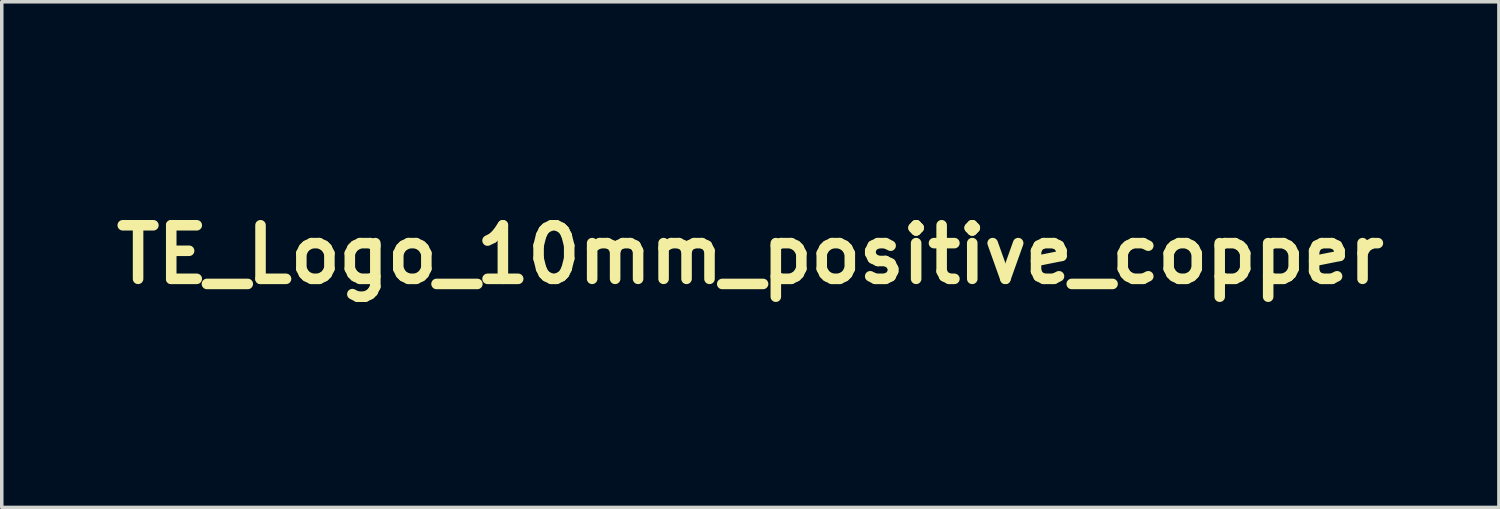
<source format=kicad_pcb>
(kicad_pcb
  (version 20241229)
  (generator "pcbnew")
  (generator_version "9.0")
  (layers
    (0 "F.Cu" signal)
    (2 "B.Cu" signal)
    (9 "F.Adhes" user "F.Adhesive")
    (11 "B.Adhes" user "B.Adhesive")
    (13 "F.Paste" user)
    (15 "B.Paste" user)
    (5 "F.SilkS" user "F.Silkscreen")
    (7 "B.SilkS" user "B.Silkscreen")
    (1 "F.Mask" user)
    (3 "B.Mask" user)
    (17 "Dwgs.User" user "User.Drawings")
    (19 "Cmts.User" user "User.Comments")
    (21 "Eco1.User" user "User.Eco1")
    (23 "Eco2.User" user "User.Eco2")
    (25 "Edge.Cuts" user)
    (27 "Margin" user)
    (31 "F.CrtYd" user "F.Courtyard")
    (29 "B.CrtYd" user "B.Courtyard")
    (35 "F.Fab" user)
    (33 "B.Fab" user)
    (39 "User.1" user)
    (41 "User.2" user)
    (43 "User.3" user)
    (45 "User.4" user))
  (footprint "TE_Logo_10mm_positive_copper"
    (layer "F.Cu")
    (at 18.295 4.193)
    (property "Reference" "TE_Logo_10mm_positive_copper" (at 0 0 0) (layer "F.SilkS") (effects (font (size 1.524 1.524) (thickness 0.3))))
    (attr board_only exclude_from_pos_files exclude_from_bom)
    (fp_poly (pts (xy -0.255 0.809) (xy -0.362 0.809) (xy -0.362 -0.064) (xy -0.255 -0.064)) (stroke (width 0) (type solid)) (fill yes) (layer "F.Mask"))
    (fp_poly (pts (xy 1.915 0.053) (xy 1.809 0.053) (xy 1.809 -0.064) (xy 1.915 -0.064)) (stroke (width 0) (type solid)) (fill yes) (layer "F.Mask"))
    (fp_poly (pts (xy 1.915 0.809) (xy 1.809 0.809) (xy 1.809 0.181) (xy 1.915 0.181)) (stroke (width 0) (type solid)) (fill yes) (layer "F.Mask"))
    (fp_poly (pts (xy 0.114 1.158) (xy 0.117 1.171) (xy 0.11 1.188) (xy 0.101 1.192) (xy 0.088 1.183) (xy 0.085 1.171) (xy 0.092 1.153) (xy 0.101 1.149)) (stroke (width 0) (type solid)) (fill yes) (layer "F.Mask"))
    (fp_poly (pts (xy 2.318 0.921) (xy 2.32 0.926) (xy 2.311 0.935) (xy 2.304 0.936) (xy 2.29 0.931) (xy 2.288 0.926) (xy 2.296 0.916) (xy 2.304 0.915)) (stroke (width 0) (type solid)) (fill yes) (layer "F.Mask"))
    (fp_poly (pts (xy 3.04 1.158) (xy 3.043 1.171) (xy 3.037 1.188) (xy 3.027 1.192) (xy 3.014 1.183) (xy 3.011 1.171) (xy 3.018 1.153) (xy 3.027 1.149)) (stroke (width 0) (type solid)) (fill yes) (layer "F.Mask"))
    (fp_poly (pts (xy -1.926 -0.915) (xy -2.213 -0.915) (xy -2.213 -0.138) (xy -2.319 -0.138) (xy -2.322 -0.524) (xy -2.325 -0.91) (xy -2.617 -0.916) (xy -2.611 -1.006) (xy -1.926 -1.011)) (stroke (width 0) (type solid)) (fill yes) (layer "F.Mask"))
    (fp_poly (pts (xy -1.703 0.032) (xy -1.961 0.034) (xy -2.219 0.037) (xy -2.219 0.303) (xy -1.734 0.309) (xy -1.734 0.404) (xy -2.219 0.41) (xy -2.222 0.556) (xy -2.225 0.702) (xy -1.956 0.705) (xy -1.687 0.708) (xy -1.683 0.758) (xy -1.68 0.809) (xy -2.33 0.809) (xy -2.33 -0.064) (xy -1.703 -0.064)) (stroke (width 0) (type solid)) (fill yes) (layer "F.Mask"))
    (fp_poly (pts (xy 1.558 0.925) (xy 1.562 0.955) (xy 1.564 1.001) (xy 1.564 1.053) (xy 1.563 1.113) (xy 1.561 1.157) (xy 1.558 1.184) (xy 1.554 1.192) (xy 1.549 1.182) (xy 1.546 1.152) (xy 1.544 1.106) (xy 1.543 1.053) (xy 1.544 0.994) (xy 1.546 0.95) (xy 1.55 0.923) (xy 1.554 0.915)) (stroke (width 0) (type solid)) (fill yes) (layer "F.Mask"))
    (fp_poly (pts (xy 0.83 0.218) (xy 0.829 0.252) (xy 0.826 0.268) (xy 0.818 0.273) (xy 0.803 0.27) (xy 0.754 0.268) (xy 0.703 0.285) (xy 0.659 0.316) (xy 0.617 0.354) (xy 0.617 0.809) (xy 0.511 0.809) (xy 0.511 0.181) (xy 0.617 0.181) (xy 0.617 0.26) (xy 0.657 0.221) (xy 0.704 0.184) (xy 0.751 0.164) (xy 0.793 0.16) (xy 0.83 0.16)) (stroke (width 0) (type solid)) (fill yes) (layer "F.Mask"))
    (fp_poly (pts (xy 2.311 0.993) (xy 2.316 1.006) (xy 2.319 1.033) (xy 2.32 1.076) (xy 2.32 1.091) (xy 2.319 1.142) (xy 2.316 1.174) (xy 2.31 1.189) (xy 2.301 1.19) (xy 2.295 1.185) (xy 2.292 1.172) (xy 2.289 1.142) (xy 2.288 1.102) (xy 2.288 1.084) (xy 2.288 1.037) (xy 2.291 1.009) (xy 2.295 0.994) (xy 2.303 0.99) (xy 2.304 0.99)) (stroke (width 0) (type solid)) (fill yes) (layer "F.Mask"))
    (fp_poly (pts (xy 1.871 0.996) (xy 1.873 1.002) (xy 1.876 1.01) (xy 1.886 1.002) (xy 1.903 0.992) (xy 1.923 0.99) (xy 1.936 0.996) (xy 1.937 1) (xy 1.928 1.009) (xy 1.916 1.011) (xy 1.895 1.018) (xy 1.881 1.041) (xy 1.874 1.082) (xy 1.873 1.122) (xy 1.872 1.161) (xy 1.868 1.183) (xy 1.861 1.191) (xy 1.857 1.192) (xy 1.849 1.188) (xy 1.844 1.175) (xy 1.842 1.149) (xy 1.841 1.105) (xy 1.841 1.091) (xy 1.841 1.043) (xy 1.844 1.012) (xy 1.848 0.996) (xy 1.855 0.99) (xy 1.857 0.99)) (stroke (width 0) (type solid)) (fill yes) (layer "F.Mask"))
    (fp_poly (pts (xy 0.62 0.996) (xy 0.643 1.013) (xy 0.652 1.034) (xy 0.646 1.042) (xy 0.629 1.036) (xy 0.618 1.028) (xy 0.59 1.013) (xy 0.561 1.014) (xy 0.545 1.024) (xy 0.536 1.045) (xy 0.532 1.077) (xy 0.534 1.113) (xy 0.542 1.142) (xy 0.549 1.154) (xy 0.575 1.169) (xy 0.602 1.166) (xy 0.62 1.149) (xy 0.635 1.133) (xy 0.651 1.128) (xy 0.659 1.135) (xy 0.66 1.139) (xy 0.653 1.153) (xy 0.638 1.171) (xy 0.607 1.189) (xy 0.57 1.19) (xy 0.535 1.173) (xy 0.526 1.166) (xy 0.507 1.134) (xy 0.499 1.094) (xy 0.502 1.052) (xy 0.515 1.018) (xy 0.521 1.011) (xy 0.551 0.994) (xy 0.586 0.989)) (stroke (width 0) (type solid)) (fill yes) (layer "F.Mask"))
    (fp_poly (pts (xy 3.213 0.994) (xy 3.24 1.006) (xy 3.255 1.025) (xy 3.256 1.033) (xy 3.249 1.042) (xy 3.234 1.041) (xy 3.222 1.03) (xy 3.22 1.027) (xy 3.206 1.015) (xy 3.182 1.011) (xy 3.155 1.016) (xy 3.141 1.034) (xy 3.139 1.038) (xy 3.13 1.079) (xy 3.132 1.115) (xy 3.144 1.145) (xy 3.162 1.164) (xy 3.185 1.17) (xy 3.21 1.16) (xy 3.221 1.149) (xy 3.241 1.131) (xy 3.253 1.131) (xy 3.256 1.143) (xy 3.247 1.165) (xy 3.223 1.181) (xy 3.191 1.189) (xy 3.158 1.188) (xy 3.137 1.181) (xy 3.116 1.157) (xy 3.104 1.121) (xy 3.101 1.08) (xy 3.108 1.04) (xy 3.125 1.009) (xy 3.149 0.994) (xy 3.18 0.99)) (stroke (width 0) (type solid)) (fill yes) (layer "F.Mask"))
    (fp_poly (pts (xy 1.749 0.998) (xy 1.778 1.023) (xy 1.793 1.06) (xy 1.792 1.108) (xy 1.787 1.13) (xy 1.768 1.165) (xy 1.737 1.186) (xy 1.701 1.191) (xy 1.664 1.181) (xy 1.642 1.164) (xy 1.626 1.146) (xy 1.619 1.127) (xy 1.618 1.099) (xy 1.619 1.091) (xy 1.65 1.091) (xy 1.654 1.127) (xy 1.665 1.152) (xy 1.667 1.154) (xy 1.694 1.168) (xy 1.723 1.165) (xy 1.748 1.146) (xy 1.754 1.135) (xy 1.763 1.097) (xy 1.759 1.055) (xy 1.746 1.023) (xy 1.728 1.011) (xy 1.701 1.009) (xy 1.675 1.018) (xy 1.663 1.028) (xy 1.653 1.055) (xy 1.65 1.091) (xy 1.619 1.091) (xy 1.62 1.078) (xy 1.627 1.033) (xy 1.643 1.006) (xy 1.671 0.993) (xy 1.708 0.99)) (stroke (width 0) (type solid)) (fill yes) (layer "F.Mask"))
    (fp_poly (pts (xy 2.207 0.951) (xy 2.216 0.968) (xy 2.216 0.968) (xy 2.228 0.986) (xy 2.239 0.99) (xy 2.254 0.995) (xy 2.256 1) (xy 2.247 1.009) (xy 2.235 1.011) (xy 2.223 1.013) (xy 2.216 1.024) (xy 2.214 1.047) (xy 2.213 1.074) (xy 2.215 1.122) (xy 2.22 1.153) (xy 2.23 1.168) (xy 2.241 1.171) (xy 2.254 1.177) (xy 2.256 1.181) (xy 2.247 1.189) (xy 2.228 1.192) (xy 2.207 1.189) (xy 2.199 1.185) (xy 2.196 1.171) (xy 2.193 1.142) (xy 2.192 1.104) (xy 2.192 1.095) (xy 2.191 1.052) (xy 2.188 1.026) (xy 2.182 1.012) (xy 2.173 1.006) (xy 2.16 0.999) (xy 2.166 0.992) (xy 2.173 0.988) (xy 2.189 0.973) (xy 2.192 0.962) (xy 2.197 0.948)) (stroke (width 0) (type solid)) (fill yes) (layer "F.Mask"))
    (fp_poly (pts (xy 0.211 0.956) (xy 0.216 0.968) (xy 0.228 0.986) (xy 0.238 0.99) (xy 0.253 0.995) (xy 0.255 1) (xy 0.246 1.009) (xy 0.234 1.011) (xy 0.222 1.013) (xy 0.216 1.024) (xy 0.213 1.047) (xy 0.213 1.074) (xy 0.214 1.122) (xy 0.22 1.153) (xy 0.23 1.168) (xy 0.241 1.171) (xy 0.254 1.177) (xy 0.255 1.181) (xy 0.247 1.189) (xy 0.227 1.192) (xy 0.207 1.189) (xy 0.199 1.185) (xy 0.195 1.171) (xy 0.193 1.142) (xy 0.192 1.104) (xy 0.192 1.094) (xy 0.191 1.051) (xy 0.188 1.025) (xy 0.182 1.013) (xy 0.176 1.011) (xy 0.161 1.005) (xy 0.16 1) (xy 0.168 0.991) (xy 0.176 0.99) (xy 0.189 0.981) (xy 0.192 0.968) (xy 0.195 0.951) (xy 0.201 0.947)) (stroke (width 0) (type solid)) (fill yes) (layer "F.Mask"))
    (fp_poly (pts (xy 3.423 0.995) (xy 3.451 1.014) (xy 3.466 1.047) (xy 3.469 1.086) (xy 3.466 1.123) (xy 3.457 1.149) (xy 3.443 1.166) (xy 3.408 1.188) (xy 3.369 1.191) (xy 3.333 1.176) (xy 3.32 1.165) (xy 3.301 1.132) (xy 3.295 1.089) (xy 3.297 1.069) (xy 3.326 1.069) (xy 3.326 1.107) (xy 3.333 1.136) (xy 3.343 1.156) (xy 3.344 1.157) (xy 3.365 1.169) (xy 3.394 1.168) (xy 3.419 1.155) (xy 3.42 1.154) (xy 3.433 1.129) (xy 3.438 1.094) (xy 3.435 1.058) (xy 3.424 1.028) (xy 3.415 1.018) (xy 3.386 1.007) (xy 3.359 1.015) (xy 3.338 1.037) (xy 3.326 1.069) (xy 3.297 1.069) (xy 3.301 1.045) (xy 3.313 1.017) (xy 3.329 0.999) (xy 3.35 0.991) (xy 3.379 0.99)) (stroke (width 0) (type solid)) (fill yes) (layer "F.Mask"))
    (fp_poly (pts (xy 2.499 0.995) (xy 2.525 1.012) (xy 2.539 1.043) (xy 2.543 1.088) (xy 2.54 1.126) (xy 2.529 1.151) (xy 2.517 1.166) (xy 2.482 1.187) (xy 2.443 1.19) (xy 2.404 1.172) (xy 2.401 1.17) (xy 2.384 1.153) (xy 2.375 1.132) (xy 2.373 1.1) (xy 2.373 1.092) (xy 2.374 1.08) (xy 2.4 1.08) (xy 2.406 1.123) (xy 2.41 1.134) (xy 2.424 1.159) (xy 2.441 1.169) (xy 2.457 1.171) (xy 2.488 1.163) (xy 2.5 1.15) (xy 2.507 1.127) (xy 2.511 1.093) (xy 2.511 1.081) (xy 2.509 1.048) (xy 2.5 1.028) (xy 2.485 1.015) (xy 2.464 1.004) (xy 2.447 1.006) (xy 2.433 1.014) (xy 2.409 1.042) (xy 2.4 1.08) (xy 2.374 1.08) (xy 2.377 1.044) (xy 2.39 1.012) (xy 2.415 0.995) (xy 2.454 0.99) (xy 2.458 0.99)) (stroke (width 0) (type solid)) (fill yes) (layer "F.Mask"))
    (fp_poly (pts (xy 2.615 0.991) (xy 2.621 1.003) (xy 2.628 1.011) (xy 2.64 1.003) (xy 2.659 0.994) (xy 2.689 0.99) (xy 2.695 0.99) (xy 2.723 0.992) (xy 2.738 1.003) (xy 2.746 1.018) (xy 2.752 1.045) (xy 2.754 1.08) (xy 2.754 1.119) (xy 2.75 1.154) (xy 2.744 1.18) (xy 2.737 1.189) (xy 2.73 1.185) (xy 2.726 1.166) (xy 2.724 1.129) (xy 2.724 1.119) (xy 2.723 1.07) (xy 2.719 1.038) (xy 2.711 1.02) (xy 2.697 1.012) (xy 2.682 1.011) (xy 2.654 1.016) (xy 2.637 1.034) (xy 2.627 1.066) (xy 2.623 1.11) (xy 2.622 1.151) (xy 2.62 1.175) (xy 2.617 1.187) (xy 2.612 1.191) (xy 2.607 1.192) (xy 2.602 1.182) (xy 2.598 1.154) (xy 2.597 1.111) (xy 2.596 1.091) (xy 2.598 1.04) (xy 2.602 1.006) (xy 2.608 0.989)) (stroke (width 0) (type solid)) (fill yes) (layer "F.Mask"))
    (fp_poly (pts (xy 1.147 0.998) (xy 1.165 1.019) (xy 1.171 1.028) (xy 1.187 1.052) (xy 1.197 1.06) (xy 1.206 1.054) (xy 1.212 1.046) (xy 1.23 1.021) (xy 1.24 1.005) (xy 1.255 0.992) (xy 1.264 0.991) (xy 1.268 1.001) (xy 1.257 1.025) (xy 1.25 1.034) (xy 1.234 1.061) (xy 1.225 1.081) (xy 1.224 1.086) (xy 1.229 1.1) (xy 1.244 1.126) (xy 1.256 1.145) (xy 1.274 1.173) (xy 1.279 1.188) (xy 1.272 1.192) (xy 1.257 1.183) (xy 1.238 1.162) (xy 1.229 1.149) (xy 1.213 1.124) (xy 1.201 1.109) (xy 1.198 1.107) (xy 1.191 1.115) (xy 1.176 1.135) (xy 1.166 1.149) (xy 1.146 1.176) (xy 1.129 1.191) (xy 1.119 1.192) (xy 1.117 1.186) (xy 1.123 1.174) (xy 1.137 1.151) (xy 1.15 1.133) (xy 1.182 1.085) (xy 1.149 1.037) (xy 1.131 1.008) (xy 1.126 0.993) (xy 1.132 0.99)) (stroke (width 0) (type solid)) (fill yes) (layer "F.Mask"))
    (fp_poly (pts (xy 2.905 0.992) (xy 2.931 1.001) (xy 2.937 1.006) (xy 2.945 1.023) (xy 2.938 1.03) (xy 2.922 1.022) (xy 2.901 1.014) (xy 2.872 1.013) (xy 2.871 1.013) (xy 2.846 1.019) (xy 2.836 1.032) (xy 2.836 1.037) (xy 2.842 1.052) (xy 2.864 1.065) (xy 2.889 1.075) (xy 2.925 1.09) (xy 2.945 1.107) (xy 2.953 1.122) (xy 2.957 1.146) (xy 2.948 1.163) (xy 2.938 1.172) (xy 2.906 1.186) (xy 2.866 1.191) (xy 2.828 1.185) (xy 2.817 1.18) (xy 2.803 1.166) (xy 2.798 1.15) (xy 2.804 1.139) (xy 2.808 1.139) (xy 2.822 1.146) (xy 2.83 1.155) (xy 2.852 1.167) (xy 2.883 1.17) (xy 2.911 1.163) (xy 2.914 1.161) (xy 2.927 1.145) (xy 2.92 1.126) (xy 2.897 1.108) (xy 2.87 1.097) (xy 2.827 1.077) (xy 2.803 1.055) (xy 2.8 1.03) (xy 2.815 1.006) (xy 2.838 0.995) (xy 2.871 0.99)) (stroke (width 0) (type solid)) (fill yes) (layer "F.Mask"))
    (fp_poly (pts (xy -0.543 -0.851) (xy -0.542 -0.796) (xy -0.541 -0.749) (xy -0.538 -0.714) (xy -0.535 -0.694) (xy -0.534 -0.692) (xy -0.521 -0.699) (xy -0.504 -0.714) (xy -0.46 -0.75) (xy -0.406 -0.77) (xy -0.338 -0.776) (xy -0.323 -0.775) (xy -0.266 -0.769) (xy -0.224 -0.754) (xy -0.192 -0.727) (xy -0.165 -0.687) (xy -0.162 -0.681) (xy -0.155 -0.665) (xy -0.149 -0.649) (xy -0.145 -0.629) (xy -0.142 -0.604) (xy -0.14 -0.569) (xy -0.139 -0.522) (xy -0.138 -0.459) (xy -0.138 -0.386) (xy -0.138 -0.138) (xy -0.234 -0.138) (xy -0.234 -0.348) (xy -0.235 -0.416) (xy -0.236 -0.48) (xy -0.239 -0.534) (xy -0.241 -0.576) (xy -0.244 -0.601) (xy -0.244 -0.601) (xy -0.264 -0.647) (xy -0.295 -0.677) (xy -0.336 -0.691) (xy -0.384 -0.69) (xy -0.436 -0.673) (xy -0.489 -0.64) (xy -0.513 -0.619) (xy -0.543 -0.592) (xy -0.543 -0.138) (xy -0.638 -0.138) (xy -0.638 -1.011) (xy -0.543 -1.011)) (stroke (width 0) (type solid)) (fill yes) (layer "F.Mask"))
    (fp_poly (pts (xy 0.729 0.921) (xy 0.733 0.942) (xy 0.734 0.965) (xy 0.735 0.995) (xy 0.739 1.006) (xy 0.747 1.002) (xy 0.765 0.994) (xy 0.794 0.99) (xy 0.8 0.99) (xy 0.829 0.992) (xy 0.844 1.003) (xy 0.852 1.018) (xy 0.858 1.045) (xy 0.86 1.08) (xy 0.859 1.119) (xy 0.856 1.154) (xy 0.85 1.18) (xy 0.843 1.189) (xy 0.836 1.185) (xy 0.832 1.166) (xy 0.83 1.129) (xy 0.83 1.119) (xy 0.829 1.07) (xy 0.825 1.038) (xy 0.817 1.02) (xy 0.803 1.012) (xy 0.788 1.011) (xy 0.763 1.014) (xy 0.747 1.027) (xy 0.738 1.053) (xy 0.733 1.096) (xy 0.732 1.112) (xy 0.728 1.156) (xy 0.722 1.182) (xy 0.716 1.189) (xy 0.71 1.186) (xy 0.706 1.17) (xy 0.704 1.14) (xy 0.702 1.092) (xy 0.702 1.054) (xy 0.703 0.997) (xy 0.704 0.957) (xy 0.707 0.932) (xy 0.711 0.919) (xy 0.717 0.915) (xy 0.718 0.915)) (stroke (width 0) (type solid)) (fill yes) (layer "F.Mask"))
    (fp_poly (pts (xy 3.082 0.18) (xy 3.109 0.195) (xy 3.136 0.219) (xy 3.161 0.253) (xy 3.168 0.266) (xy 3.176 0.282) (xy 3.182 0.298) (xy 3.186 0.318) (xy 3.189 0.343) (xy 3.191 0.378) (xy 3.192 0.426) (xy 3.192 0.488) (xy 3.192 0.561) (xy 3.192 0.809) (xy 3.086 0.809) (xy 3.086 0.58) (xy 3.085 0.488) (xy 3.083 0.415) (xy 3.079 0.359) (xy 3.071 0.318) (xy 3.059 0.289) (xy 3.042 0.271) (xy 3.02 0.26) (xy 2.992 0.256) (xy 2.969 0.255) (xy 2.911 0.265) (xy 2.856 0.295) (xy 2.823 0.323) (xy 2.788 0.355) (xy 2.788 0.809) (xy 2.682 0.809) (xy 2.682 0.181) (xy 2.735 0.181) (xy 2.766 0.182) (xy 2.782 0.186) (xy 2.787 0.197) (xy 2.788 0.213) (xy 2.79 0.235) (xy 2.794 0.245) (xy 2.794 0.245) (xy 2.805 0.239) (xy 2.826 0.223) (xy 2.839 0.213) (xy 2.895 0.181) (xy 2.958 0.164) (xy 3.022 0.164)) (stroke (width 0) (type solid)) (fill yes) (layer "F.Mask"))
    (fp_poly (pts (xy 1.037 0.996) (xy 1.064 1.018) (xy 1.08 1.057) (xy 1.081 1.062) (xy 1.088 1.096) (xy 1.012 1.096) (xy 0.969 1.097) (xy 0.944 1.103) (xy 0.937 1.114) (xy 0.944 1.132) (xy 0.953 1.147) (xy 0.976 1.165) (xy 1.006 1.17) (xy 1.034 1.162) (xy 1.043 1.155) (xy 1.058 1.145) (xy 1.067 1.146) (xy 1.07 1.156) (xy 1.058 1.169) (xy 1.037 1.181) (xy 1.011 1.19) (xy 0.994 1.192) (xy 0.958 1.184) (xy 0.937 1.171) (xy 0.912 1.132) (xy 0.906 1.084) (xy 0.909 1.062) (xy 0.911 1.055) (xy 0.94 1.055) (xy 0.95 1.068) (xy 0.977 1.074) (xy 0.995 1.075) (xy 1.025 1.073) (xy 1.045 1.067) (xy 1.048 1.064) (xy 1.05 1.044) (xy 1.037 1.025) (xy 1.012 1.013) (xy 0.995 1.011) (xy 0.963 1.016) (xy 0.947 1.032) (xy 0.94 1.055) (xy 0.911 1.055) (xy 0.924 1.021) (xy 0.95 0.998) (xy 0.99 0.99) (xy 0.995 0.99)) (stroke (width 0) (type solid)) (fill yes) (layer "F.Mask"))
    (fp_poly (pts (xy 0.409 0.993) (xy 0.421 0.998) (xy 0.44 1.019) (xy 0.453 1.05) (xy 0.458 1.074) (xy 0.456 1.086) (xy 0.447 1.092) (xy 0.427 1.095) (xy 0.392 1.096) (xy 0.382 1.096) (xy 0.343 1.096) (xy 0.321 1.098) (xy 0.313 1.104) (xy 0.312 1.113) (xy 0.314 1.12) (xy 0.331 1.149) (xy 0.357 1.167) (xy 0.386 1.17) (xy 0.412 1.158) (xy 0.415 1.154) (xy 0.431 1.144) (xy 0.44 1.149) (xy 0.443 1.162) (xy 0.429 1.176) (xy 0.405 1.187) (xy 0.377 1.191) (xy 0.344 1.185) (xy 0.317 1.171) (xy 0.296 1.143) (xy 0.285 1.106) (xy 0.285 1.066) (xy 0.287 1.056) (xy 0.319 1.056) (xy 0.323 1.067) (xy 0.337 1.073) (xy 0.366 1.075) (xy 0.372 1.075) (xy 0.405 1.073) (xy 0.421 1.068) (xy 0.426 1.058) (xy 0.426 1.056) (xy 0.417 1.029) (xy 0.392 1.013) (xy 0.372 1.011) (xy 0.34 1.019) (xy 0.322 1.04) (xy 0.319 1.056) (xy 0.287 1.056) (xy 0.294 1.029) (xy 0.314 1.004) (xy 0.319 1) (xy 0.345 0.993) (xy 0.379 0.99)) (stroke (width 0) (type solid)) (fill yes) (layer "F.Mask"))
    (fp_poly (pts (xy 1.352 0.998) (xy 1.355 1.003) (xy 1.362 1.011) (xy 1.373 1.003) (xy 1.4 0.991) (xy 1.433 0.991) (xy 1.463 1.003) (xy 1.473 1.013) (xy 1.486 1.044) (xy 1.49 1.084) (xy 1.487 1.126) (xy 1.477 1.159) (xy 1.468 1.171) (xy 1.445 1.185) (xy 1.417 1.191) (xy 1.391 1.19) (xy 1.378 1.181) (xy 1.366 1.17) (xy 1.357 1.178) (xy 1.352 1.204) (xy 1.351 1.218) (xy 1.349 1.252) (xy 1.341 1.266) (xy 1.337 1.266) (xy 1.331 1.262) (xy 1.327 1.247) (xy 1.325 1.219) (xy 1.324 1.174) (xy 1.324 1.128) (xy 1.324 1.091) (xy 1.351 1.091) (xy 1.358 1.127) (xy 1.376 1.154) (xy 1.4 1.169) (xy 1.426 1.169) (xy 1.445 1.158) (xy 1.452 1.14) (xy 1.457 1.11) (xy 1.458 1.091) (xy 1.454 1.048) (xy 1.442 1.023) (xy 1.42 1.012) (xy 1.408 1.011) (xy 1.382 1.021) (xy 1.362 1.046) (xy 1.352 1.081) (xy 1.351 1.091) (xy 1.324 1.091) (xy 1.325 1.065) (xy 1.327 1.022) (xy 1.331 0.998) (xy 1.337 0.99) (xy 1.337 0.99)) (stroke (width 0) (type solid)) (fill yes) (layer "F.Mask"))
    (fp_poly (pts (xy 2.081 0.993) (xy 2.104 1.005) (xy 2.117 1.029) (xy 2.124 1.069) (xy 2.126 1.097) (xy 2.13 1.134) (xy 2.135 1.16) (xy 2.14 1.17) (xy 2.14 1.171) (xy 2.149 1.179) (xy 2.149 1.181) (xy 2.142 1.191) (xy 2.124 1.191) (xy 2.106 1.183) (xy 2.098 1.173) (xy 2.089 1.161) (xy 2.078 1.164) (xy 2.067 1.173) (xy 2.036 1.189) (xy 2.003 1.189) (xy 1.976 1.172) (xy 1.959 1.143) (xy 1.96 1.136) (xy 1.993 1.136) (xy 1.994 1.143) (xy 2.008 1.165) (xy 2.032 1.171) (xy 2.06 1.161) (xy 2.076 1.149) (xy 2.094 1.123) (xy 2.092 1.104) (xy 2.071 1.093) (xy 2.05 1.092) (xy 2.013 1.097) (xy 1.995 1.112) (xy 1.993 1.136) (xy 1.96 1.136) (xy 1.962 1.114) (xy 1.981 1.091) (xy 2.016 1.076) (xy 2.044 1.071) (xy 2.079 1.065) (xy 2.094 1.052) (xy 2.09 1.032) (xy 2.085 1.026) (xy 2.065 1.014) (xy 2.037 1.012) (xy 2.013 1.018) (xy 2.004 1.026) (xy 1.989 1.036) (xy 1.981 1.033) (xy 1.973 1.021) (xy 1.982 1.008) (xy 2.004 0.997) (xy 2.034 0.99) (xy 2.048 0.99)) (stroke (width 0) (type solid)) (fill yes) (layer "F.Mask"))
    (fp_poly (pts (xy 1.639 0.183) (xy 1.686 0.179) (xy 1.715 0.178) (xy 1.73 0.182) (xy 1.735 0.195) (xy 1.737 0.202) (xy 1.739 0.237) (xy 1.73 0.257) (xy 1.708 0.265) (xy 1.686 0.266) (xy 1.639 0.266) (xy 1.639 0.479) (xy 1.639 0.551) (xy 1.639 0.606) (xy 1.641 0.645) (xy 1.643 0.672) (xy 1.646 0.69) (xy 1.651 0.702) (xy 1.658 0.711) (xy 1.661 0.714) (xy 1.685 0.73) (xy 1.714 0.732) (xy 1.72 0.731) (xy 1.743 0.728) (xy 1.753 0.734) (xy 1.756 0.754) (xy 1.756 0.766) (xy 1.753 0.794) (xy 1.744 0.808) (xy 1.732 0.813) (xy 1.698 0.817) (xy 1.655 0.817) (xy 1.614 0.813) (xy 1.611 0.812) (xy 1.588 0.801) (xy 1.564 0.782) (xy 1.563 0.781) (xy 1.551 0.764) (xy 1.541 0.741) (xy 1.534 0.71) (xy 1.529 0.667) (xy 1.526 0.611) (xy 1.523 0.538) (xy 1.523 0.45) (xy 1.522 0.266) (xy 1.484 0.266) (xy 1.461 0.265) (xy 1.45 0.257) (xy 1.447 0.236) (xy 1.447 0.223) (xy 1.448 0.196) (xy 1.455 0.184) (xy 1.473 0.181) (xy 1.484 0.181) (xy 1.522 0.181) (xy 1.522 0.021) (xy 1.639 0.021)) (stroke (width 0) (type solid)) (fill yes) (layer "F.Mask"))
    (fp_poly (pts (xy 0.176 0.165) (xy 0.247 0.185) (xy 0.308 0.222) (xy 0.358 0.273) (xy 0.394 0.337) (xy 0.416 0.413) (xy 0.422 0.497) (xy 0.417 0.553) (xy 0.397 0.639) (xy 0.363 0.708) (xy 0.317 0.76) (xy 0.257 0.796) (xy 0.183 0.815) (xy 0.128 0.819) (xy 0.075 0.817) (xy 0.035 0.809) (xy -0.004 0.795) (xy -0.005 0.794) (xy -0.068 0.755) (xy -0.115 0.703) (xy -0.147 0.636) (xy -0.165 0.555) (xy -0.168 0.515) (xy -0.168 0.501) (xy -0.053 0.501) (xy -0.046 0.573) (xy -0.027 0.635) (xy 0.003 0.683) (xy 0.042 0.715) (xy 0.093 0.731) (xy 0.148 0.733) (xy 0.198 0.719) (xy 0.214 0.71) (xy 0.253 0.671) (xy 0.282 0.619) (xy 0.301 0.557) (xy 0.307 0.49) (xy 0.302 0.424) (xy 0.285 0.363) (xy 0.256 0.311) (xy 0.247 0.3) (xy 0.201 0.265) (xy 0.149 0.249) (xy 0.094 0.25) (xy 0.043 0.271) (xy 0.01 0.296) (xy -0.02 0.333) (xy -0.039 0.375) (xy -0.05 0.427) (xy -0.053 0.495) (xy -0.053 0.501) (xy -0.168 0.501) (xy -0.165 0.423) (xy -0.146 0.343) (xy -0.112 0.277) (xy -0.063 0.224) (xy -0.001 0.186) (xy 0.073 0.165) (xy 0.096 0.162)) (stroke (width 0) (type solid)) (fill yes) (layer "F.Mask"))
    (fp_poly (pts (xy -1.557 0.183) (xy -1.486 0.186) (xy -1.422 0.289) (xy -1.395 0.329) (xy -1.373 0.361) (xy -1.357 0.382) (xy -1.35 0.387) (xy -1.341 0.377) (xy -1.325 0.352) (xy -1.302 0.317) (xy -1.28 0.282) (xy -1.218 0.181) (xy -1.152 0.181) (xy -1.117 0.182) (xy -1.093 0.184) (xy -1.085 0.187) (xy -1.091 0.197) (xy -1.108 0.222) (xy -1.132 0.257) (xy -1.163 0.301) (xy -1.187 0.336) (xy -1.229 0.396) (xy -1.259 0.442) (xy -1.277 0.474) (xy -1.281 0.491) (xy -1.281 0.492) (xy -1.272 0.505) (xy -1.253 0.532) (xy -1.226 0.57) (xy -1.194 0.615) (xy -1.168 0.651) (xy -1.134 0.699) (xy -1.104 0.742) (xy -1.081 0.775) (xy -1.067 0.796) (xy -1.064 0.803) (xy -1.074 0.806) (xy -1.099 0.808) (xy -1.128 0.809) (xy -1.192 0.809) (xy -1.273 0.685) (xy -1.353 0.561) (xy -1.383 0.608) (xy -1.404 0.64) (xy -1.43 0.681) (xy -1.458 0.725) (xy -1.462 0.732) (xy -1.511 0.809) (xy -1.575 0.809) (xy -1.608 0.808) (xy -1.632 0.805) (xy -1.639 0.802) (xy -1.633 0.792) (xy -1.617 0.767) (xy -1.592 0.731) (xy -1.56 0.686) (xy -1.526 0.637) (xy -1.414 0.479) (xy -1.521 0.329) (xy -1.629 0.18)) (stroke (width 0) (type solid)) (fill yes) (layer "F.Mask"))
    (fp_poly (pts (xy -0.661 0.164) (xy -0.601 0.186) (xy -0.548 0.223) (xy -0.504 0.276) (xy -0.478 0.329) (xy -0.462 0.393) (xy -0.455 0.466) (xy -0.457 0.542) (xy -0.469 0.61) (xy -0.478 0.638) (xy -0.513 0.71) (xy -0.559 0.764) (xy -0.616 0.799) (xy -0.685 0.817) (xy -0.725 0.819) (xy -0.775 0.817) (xy -0.815 0.807) (xy -0.844 0.793) (xy -0.894 0.767) (xy -0.894 1.053) (xy -1 1.053) (xy -1 0.351) (xy -0.894 0.351) (xy -0.894 0.504) (xy -0.894 0.564) (xy -0.893 0.606) (xy -0.891 0.635) (xy -0.887 0.654) (xy -0.881 0.666) (xy -0.872 0.676) (xy -0.87 0.678) (xy -0.819 0.713) (xy -0.763 0.731) (xy -0.707 0.732) (xy -0.656 0.715) (xy -0.651 0.713) (xy -0.618 0.681) (xy -0.593 0.634) (xy -0.576 0.576) (xy -0.567 0.512) (xy -0.568 0.446) (xy -0.578 0.383) (xy -0.598 0.327) (xy -0.61 0.307) (xy -0.646 0.27) (xy -0.69 0.251) (xy -0.74 0.25) (xy -0.791 0.265) (xy -0.841 0.299) (xy -0.852 0.309) (xy -0.894 0.351) (xy -1 0.351) (xy -1 0.181) (xy -0.947 0.181) (xy -0.916 0.182) (xy -0.9 0.186) (xy -0.894 0.197) (xy -0.894 0.213) (xy -0.894 0.245) (xy -0.846 0.208) (xy -0.786 0.174) (xy -0.723 0.16)) (stroke (width 0) (type solid)) (fill yes) (layer "F.Mask"))
    (fp_poly (pts (xy 2.298 0.166) (xy 2.365 0.17) (xy 2.416 0.181) (xy 2.459 0.202) (xy 2.5 0.235) (xy 2.512 0.246) (xy 2.551 0.302) (xy 2.578 0.369) (xy 2.593 0.445) (xy 2.594 0.523) (xy 2.583 0.599) (xy 2.559 0.67) (xy 2.522 0.729) (xy 2.513 0.738) (xy 2.462 0.778) (xy 2.399 0.806) (xy 2.328 0.819) (xy 2.256 0.819) (xy 2.188 0.803) (xy 2.162 0.792) (xy 2.102 0.752) (xy 2.057 0.701) (xy 2.026 0.636) (xy 2.01 0.557) (xy 2.007 0.484) (xy 2.008 0.459) (xy 2.12 0.459) (xy 2.121 0.539) (xy 2.136 0.608) (xy 2.163 0.664) (xy 2.174 0.678) (xy 2.204 0.708) (xy 2.232 0.724) (xy 2.267 0.731) (xy 2.313 0.731) (xy 2.35 0.727) (xy 2.375 0.72) (xy 2.397 0.704) (xy 2.416 0.684) (xy 2.449 0.639) (xy 2.47 0.588) (xy 2.478 0.526) (xy 2.477 0.468) (xy 2.466 0.39) (xy 2.442 0.329) (xy 2.406 0.286) (xy 2.358 0.259) (xy 2.298 0.25) (xy 2.239 0.259) (xy 2.191 0.286) (xy 2.155 0.33) (xy 2.131 0.391) (xy 2.12 0.459) (xy 2.008 0.459) (xy 2.013 0.403) (xy 2.03 0.336) (xy 2.061 0.28) (xy 2.089 0.246) (xy 2.132 0.208) (xy 2.177 0.183) (xy 2.229 0.17) (xy 2.296 0.166)) (stroke (width 0) (type solid)) (fill yes) (layer "F.Mask"))
    (fp_poly (pts (xy 3.541 0.991) (xy 3.547 1.003) (xy 3.554 1.011) (xy 3.566 1.003) (xy 3.587 0.992) (xy 3.616 0.99) (xy 3.641 0.995) (xy 3.654 1.007) (xy 3.661 1.018) (xy 3.671 1.015) (xy 3.681 1.006) (xy 3.711 0.992) (xy 3.736 0.992) (xy 3.761 0.997) (xy 3.775 1.013) (xy 3.78 1.03) (xy 3.785 1.063) (xy 3.787 1.102) (xy 3.785 1.139) (xy 3.78 1.17) (xy 3.772 1.187) (xy 3.77 1.189) (xy 3.762 1.185) (xy 3.758 1.166) (xy 3.756 1.129) (xy 3.756 1.119) (xy 3.755 1.069) (xy 3.751 1.037) (xy 3.743 1.019) (xy 3.73 1.012) (xy 3.719 1.011) (xy 3.694 1.017) (xy 3.678 1.037) (xy 3.669 1.073) (xy 3.666 1.109) (xy 3.664 1.151) (xy 3.662 1.175) (xy 3.66 1.187) (xy 3.655 1.191) (xy 3.65 1.192) (xy 3.644 1.182) (xy 3.641 1.156) (xy 3.639 1.118) (xy 3.638 1.069) (xy 3.634 1.037) (xy 3.626 1.019) (xy 3.612 1.012) (xy 3.601 1.011) (xy 3.573 1.02) (xy 3.554 1.049) (xy 3.545 1.096) (xy 3.543 1.125) (xy 3.542 1.16) (xy 3.538 1.184) (xy 3.533 1.192) (xy 3.528 1.182) (xy 3.524 1.154) (xy 3.522 1.111) (xy 3.522 1.091) (xy 3.524 1.04) (xy 3.527 1.006) (xy 3.533 0.989)) (stroke (width 0) (type solid)) (fill yes) (layer "F.Mask"))
    (fp_poly (pts (xy -0.884 -0.771) (xy -0.824 -0.751) (xy -0.776 -0.717) (xy -0.739 -0.668) (xy -0.733 -0.658) (xy -0.717 -0.622) (xy -0.714 -0.6) (xy -0.726 -0.589) (xy -0.755 -0.585) (xy -0.766 -0.585) (xy -0.798 -0.586) (xy -0.814 -0.591) (xy -0.819 -0.602) (xy -0.819 -0.606) (xy -0.828 -0.63) (xy -0.851 -0.657) (xy -0.881 -0.681) (xy -0.913 -0.696) (xy -0.921 -0.698) (xy -0.982 -0.7) (xy -1.035 -0.683) (xy -1.079 -0.649) (xy -1.113 -0.6) (xy -1.135 -0.536) (xy -1.143 -0.46) (xy -1.143 -0.452) (xy -1.136 -0.374) (xy -1.115 -0.309) (xy -1.082 -0.258) (xy -1.037 -0.224) (xy -0.985 -0.207) (xy -0.934 -0.208) (xy -0.888 -0.222) (xy -0.85 -0.249) (xy -0.828 -0.283) (xy -0.819 -0.305) (xy -0.807 -0.315) (xy -0.785 -0.319) (xy -0.763 -0.319) (xy -0.71 -0.319) (xy -0.717 -0.285) (xy -0.735 -0.242) (xy -0.768 -0.199) (xy -0.81 -0.164) (xy -0.825 -0.155) (xy -0.867 -0.141) (xy -0.922 -0.132) (xy -0.98 -0.13) (xy -1.034 -0.134) (xy -1.067 -0.142) (xy -1.122 -0.168) (xy -1.163 -0.201) (xy -1.186 -0.227) (xy -1.221 -0.288) (xy -1.243 -0.36) (xy -1.253 -0.437) (xy -1.249 -0.515) (xy -1.232 -0.588) (xy -1.203 -0.653) (xy -1.163 -0.704) (xy -1.106 -0.745) (xy -1.038 -0.769) (xy -0.96 -0.777)) (stroke (width 0) (type solid)) (fill yes) (layer "F.Mask"))
    (fp_poly (pts (xy -1.499 -0.765) (xy -1.462 -0.751) (xy -1.403 -0.712) (xy -1.357 -0.658) (xy -1.325 -0.591) (xy -1.31 -0.514) (xy -1.309 -0.483) (xy -1.309 -0.426) (xy -1.777 -0.426) (xy -1.777 -0.396) (xy -1.769 -0.356) (xy -1.749 -0.311) (xy -1.721 -0.268) (xy -1.69 -0.237) (xy -1.683 -0.232) (xy -1.635 -0.212) (xy -1.581 -0.207) (xy -1.529 -0.215) (xy -1.483 -0.235) (xy -1.448 -0.266) (xy -1.437 -0.285) (xy -1.425 -0.306) (xy -1.41 -0.316) (xy -1.385 -0.319) (xy -1.37 -0.319) (xy -1.338 -0.317) (xy -1.323 -0.311) (xy -1.319 -0.303) (xy -1.328 -0.269) (xy -1.353 -0.232) (xy -1.387 -0.195) (xy -1.428 -0.164) (xy -1.47 -0.142) (xy -1.478 -0.14) (xy -1.517 -0.133) (xy -1.567 -0.129) (xy -1.62 -0.13) (xy -1.667 -0.134) (xy -1.697 -0.141) (xy -1.764 -0.175) (xy -1.818 -0.227) (xy -1.85 -0.277) (xy -1.879 -0.355) (xy -1.89 -0.438) (xy -1.886 -0.521) (xy -1.881 -0.539) (xy -1.776 -0.539) (xy -1.774 -0.526) (xy -1.762 -0.518) (xy -1.738 -0.513) (xy -1.699 -0.511) (xy -1.643 -0.511) (xy -1.595 -0.511) (xy -1.414 -0.511) (xy -1.421 -0.545) (xy -1.443 -0.606) (xy -1.48 -0.654) (xy -1.53 -0.686) (xy -1.571 -0.698) (xy -1.63 -0.697) (xy -1.683 -0.677) (xy -1.727 -0.639) (xy -1.76 -0.585) (xy -1.761 -0.583) (xy -1.771 -0.557) (xy -1.776 -0.539) (xy -1.881 -0.539) (xy -1.866 -0.599) (xy -1.83 -0.669) (xy -1.805 -0.701) (xy -1.76 -0.737) (xy -1.702 -0.762) (xy -1.635 -0.775) (xy -1.566 -0.777)) (stroke (width 0) (type solid)) (fill yes) (layer "F.Mask"))
    (fp_poly (pts (xy 5.001 4.193) (xy -5.001 4.193) (xy -5.001 0.502) (xy -4.02 0.502) (xy -4.02 0.65) (xy -4.02 0.781) (xy -4.02 0.894) (xy -4.019 0.992) (xy -4.018 1.074) (xy -4.017 1.141) (xy -4.016 1.196) (xy -4.015 1.237) (xy -4.014 1.267) (xy -4.012 1.286) (xy -4.01 1.295) (xy -4.01 1.296) (xy -4.004 1.297) (xy -3.989 1.298) (xy -3.965 1.299) (xy -3.93 1.3) (xy -3.885 1.301) (xy -3.828 1.302) (xy -3.76 1.303) (xy -3.68 1.303) (xy -3.587 1.304) (xy -3.481 1.305) (xy -3.361 1.305) (xy -3.226 1.305) (xy -3.078 1.306) (xy -2.913 1.306) (xy -2.734 1.306) (xy -2.537 1.307) (xy -2.325 1.307) (xy -2.094 1.307) (xy -1.846 1.307) (xy -1.58 1.307) (xy -1.295 1.307) (xy -0.991 1.307) (xy -0.667 1.307) (xy -0.323 1.306) (xy 0.021 1.306) (xy 4.038 1.304) (xy 0.016 1.298) (xy -4.006 1.293) (xy -4.006 1.288) (xy -4.001 1.288) (xy 4.044 1.288) (xy 4.044 1.272) (xy 4.054 1.272) (xy 4.06 1.277) (xy 4.065 1.272) (xy 4.06 1.266) (xy 4.054 1.272) (xy 4.044 1.272) (xy 4.041 -0.056) (xy 4.038 -1.399) (xy 0.019 -1.402) (xy -4.001 -1.405) (xy -4.001 1.288) (xy -4.006 1.288) (xy -4.012 -0.053) (xy -4.017 -1.399) (xy -4.02 -0.058) (xy -4.02 0.149) (xy -4.02 0.335) (xy -4.02 0.502) (xy -5.001 0.502) (xy -5.001 -1.421) (xy -3.99 -1.421) (xy -3.985 -1.415) (xy -3.98 -1.421) (xy -3.985 -1.426) (xy -3.99 -1.421) (xy -5.001 -1.421) (xy -5.001 -4.193) (xy 5.001 -4.193)) (stroke (width 0) (type solid)) (fill yes) (layer "F.Mask"))
    (fp_poly (pts (xy 3.642 0.176) (xy 3.699 0.201) (xy 3.741 0.237) (xy 3.767 0.282) (xy 3.774 0.314) (xy 3.768 0.332) (xy 3.745 0.339) (xy 3.72 0.341) (xy 3.69 0.339) (xy 3.673 0.331) (xy 3.662 0.312) (xy 3.661 0.311) (xy 3.642 0.28) (xy 3.611 0.261) (xy 3.564 0.25) (xy 3.55 0.249) (xy 3.494 0.251) (xy 3.446 0.269) (xy 3.412 0.301) (xy 3.406 0.31) (xy 3.396 0.333) (xy 3.4 0.351) (xy 3.408 0.364) (xy 3.419 0.377) (xy 3.439 0.389) (xy 3.471 0.401) (xy 3.517 0.416) (xy 3.551 0.425) (xy 3.628 0.448) (xy 3.686 0.468) (xy 3.729 0.489) (xy 3.759 0.511) (xy 3.779 0.536) (xy 3.791 0.567) (xy 3.795 0.589) (xy 3.795 0.651) (xy 3.776 0.707) (xy 3.74 0.755) (xy 3.69 0.791) (xy 3.663 0.803) (xy 3.618 0.813) (xy 3.561 0.818) (xy 3.502 0.818) (xy 3.448 0.812) (xy 3.413 0.804) (xy 3.379 0.79) (xy 3.349 0.774) (xy 3.347 0.773) (xy 3.321 0.747) (xy 3.297 0.71) (xy 3.281 0.67) (xy 3.277 0.644) (xy 3.279 0.628) (xy 3.288 0.62) (xy 3.31 0.617) (xy 3.328 0.617) (xy 3.36 0.618) (xy 3.376 0.624) (xy 3.385 0.638) (xy 3.39 0.652) (xy 3.408 0.684) (xy 3.437 0.711) (xy 3.46 0.724) (xy 3.483 0.731) (xy 3.514 0.733) (xy 3.551 0.732) (xy 3.594 0.729) (xy 3.622 0.723) (xy 3.642 0.713) (xy 3.654 0.702) (xy 3.682 0.665) (xy 3.687 0.629) (xy 3.672 0.595) (xy 3.672 0.594) (xy 3.657 0.58) (xy 3.635 0.568) (xy 3.6 0.554) (xy 3.55 0.539) (xy 3.525 0.532) (xy 3.451 0.51) (xy 3.395 0.491) (xy 3.355 0.471) (xy 3.327 0.451) (xy 3.309 0.428) (xy 3.304 0.42) (xy 3.288 0.364) (xy 3.291 0.311) (xy 3.312 0.262) (xy 3.349 0.22) (xy 3.4 0.188) (xy 3.464 0.168) (xy 3.497 0.163) (xy 3.574 0.163)) (stroke (width 0) (type solid)) (fill yes) (layer "F.Mask"))
    (fp_poly (pts (xy 1.168 0.163) (xy 1.241 0.175) (xy 1.298 0.199) (xy 1.34 0.235) (xy 1.356 0.261) (xy 1.363 0.276) (xy 1.368 0.292) (xy 1.373 0.313) (xy 1.376 0.342) (xy 1.378 0.381) (xy 1.379 0.433) (xy 1.38 0.501) (xy 1.381 0.556) (xy 1.384 0.809) (xy 1.331 0.809) (xy 1.299 0.808) (xy 1.283 0.804) (xy 1.277 0.793) (xy 1.277 0.782) (xy 1.275 0.762) (xy 1.273 0.756) (xy 1.262 0.76) (xy 1.237 0.772) (xy 1.212 0.785) (xy 1.152 0.807) (xy 1.085 0.818) (xy 1.018 0.818) (xy 0.959 0.805) (xy 0.936 0.796) (xy 0.886 0.761) (xy 0.855 0.717) (xy 0.841 0.662) (xy 0.841 0.656) (xy 0.95 0.656) (xy 0.964 0.689) (xy 0.993 0.714) (xy 1.032 0.728) (xy 1.082 0.734) (xy 1.134 0.731) (xy 1.174 0.72) (xy 1.205 0.703) (xy 1.237 0.68) (xy 1.242 0.676) (xy 1.261 0.66) (xy 1.271 0.643) (xy 1.276 0.621) (xy 1.277 0.586) (xy 1.277 0.574) (xy 1.277 0.5) (xy 1.2 0.5) (xy 1.115 0.506) (xy 1.047 0.521) (xy 0.997 0.545) (xy 0.964 0.579) (xy 0.952 0.611) (xy 0.95 0.656) (xy 0.841 0.656) (xy 0.841 0.642) (xy 0.849 0.58) (xy 0.873 0.528) (xy 0.914 0.488) (xy 0.973 0.457) (xy 1.05 0.436) (xy 1.146 0.424) (xy 1.181 0.422) (xy 1.272 0.418) (xy 1.27 0.361) (xy 1.267 0.324) (xy 1.259 0.3) (xy 1.242 0.281) (xy 1.241 0.28) (xy 1.204 0.26) (xy 1.154 0.249) (xy 1.098 0.247) (xy 1.073 0.25) (xy 1.037 0.262) (xy 1.004 0.283) (xy 0.979 0.308) (xy 0.968 0.333) (xy 0.968 0.334) (xy 0.964 0.344) (xy 0.947 0.35) (xy 0.914 0.351) (xy 0.91 0.351) (xy 0.876 0.351) (xy 0.859 0.348) (xy 0.855 0.339) (xy 0.857 0.323) (xy 0.858 0.322) (xy 0.881 0.263) (xy 0.921 0.218) (xy 0.977 0.185) (xy 1.048 0.166) (xy 1.133 0.161)) (stroke (width 0) (type solid)) (fill yes) (layer "F.Mask"))
    (fp_poly (pts (xy 0.038 0.992) (xy 0.037 1.003) (xy 0.032 1.03) (xy 0.023 1.066) (xy 0.013 1.105) (xy 0.002 1.142) (xy -0.007 1.172) (xy -0.014 1.188) (xy -0.015 1.189) (xy -0.029 1.192) (xy -0.044 1.175) (xy -0.058 1.138) (xy -0.068 1.102) (xy -0.078 1.064) (xy -0.086 1.037) (xy -0.091 1.025) (xy -0.092 1.025) (xy -0.097 1.037) (xy -0.106 1.064) (xy -0.116 1.101) (xy -0.117 1.107) (xy -0.127 1.144) (xy -0.136 1.173) (xy -0.142 1.188) (xy -0.142 1.189) (xy -0.157 1.192) (xy -0.172 1.179) (xy -0.183 1.155) (xy -0.185 1.15) (xy -0.194 1.107) (xy -0.206 1.067) (xy -0.217 1.033) (xy -0.227 1.011) (xy -0.233 1.005) (xy -0.24 1.017) (xy -0.249 1.045) (xy -0.261 1.083) (xy -0.266 1.101) (xy -0.281 1.152) (xy -0.295 1.182) (xy -0.308 1.19) (xy -0.321 1.178) (xy -0.335 1.144) (xy -0.347 1.102) (xy -0.357 1.064) (xy -0.367 1.038) (xy -0.373 1.027) (xy -0.374 1.027) (xy -0.38 1.042) (xy -0.388 1.072) (xy -0.398 1.11) (xy -0.399 1.115) (xy -0.412 1.16) (xy -0.424 1.185) (xy -0.436 1.19) (xy -0.45 1.174) (xy -0.465 1.137) (xy -0.478 1.093) (xy -0.49 1.052) (xy -0.5 1.021) (xy -0.508 1.003) (xy -0.51 1) (xy -0.515 1.01) (xy -0.525 1.035) (xy -0.536 1.072) (xy -0.543 1.093) (xy -0.56 1.147) (xy -0.574 1.179) (xy -0.588 1.191) (xy -0.6 1.182) (xy -0.613 1.153) (xy -0.623 1.113) (xy -0.633 1.075) (xy -0.642 1.046) (xy -0.649 1.033) (xy -0.65 1.032) (xy -0.655 1.042) (xy -0.665 1.067) (xy -0.675 1.102) (xy -0.677 1.109) (xy -0.691 1.157) (xy -0.705 1.184) (xy -0.718 1.19) (xy -0.731 1.174) (xy -0.745 1.138) (xy -0.754 1.107) (xy -0.766 1.065) (xy -0.776 1.03) (xy -0.783 1.008) (xy -0.784 1.005) (xy -0.782 0.992) (xy -0.774 0.99) (xy -0.762 0.998) (xy -0.751 1.023) (xy -0.739 1.068) (xy -0.739 1.069) (xy -0.729 1.107) (xy -0.72 1.135) (xy -0.714 1.149) (xy -0.713 1.149) (xy -0.707 1.14) (xy -0.699 1.114) (xy -0.69 1.078) (xy -0.687 1.069) (xy -0.676 1.027) (xy -0.666 1.002) (xy -0.656 0.991) (xy -0.65 0.99) (xy -0.639 0.995) (xy -0.629 1.012) (xy -0.619 1.046) (xy -0.613 1.069) (xy -0.603 1.107) (xy -0.593 1.135) (xy -0.586 1.149) (xy -0.584 1.149) (xy -0.576 1.14) (xy -0.575 1.131) (xy -0.572 1.112) (xy -0.565 1.08) (xy -0.557 1.051) (xy -0.547 1.017) (xy -0.537 0.998) (xy -0.525 0.991) (xy -0.51 0.99) (xy -0.492 0.993) (xy -0.478 1.007) (xy -0.467 1.033) (xy -0.457 1.076) (xy -0.451 1.109) (xy -0.445 1.135) (xy -0.437 1.149) (xy -0.436 1.149) (xy -0.43 1.14) (xy -0.421 1.114) (xy -0.411 1.078) (xy -0.409 1.069) (xy -0.397 1.027) (xy -0.387 1.002) (xy -0.377 0.991) (xy -0.371 0.99) (xy -0.36 0.995) (xy -0.35 1.012) (xy -0.34 1.046) (xy -0.334 1.069) (xy -0.324 1.107) (xy -0.316 1.135) (xy -0.31 1.149) (xy -0.309 1.149) (xy -0.303 1.14) (xy -0.295 1.114) (xy -0.285 1.078) (xy -0.282 1.069) (xy -0.272 1.029) (xy -0.264 1.005) (xy -0.255 0.994) (xy -0.243 0.991) (xy -0.23 0.992) (xy -0.207 0.998) (xy -0.194 1.014) (xy -0.189 1.032) (xy -0.175 1.088) (xy -0.164 1.124) (xy -0.156 1.14) (xy -0.148 1.138) (xy -0.14 1.117) (xy -0.131 1.078) (xy -0.127 1.06) (xy -0.115 1.02) (xy -0.101 0.996) (xy -0.086 0.99) (xy -0.075 1) (xy -0.068 1.017) (xy -0.059 1.048) (xy -0.053 1.076) (xy -0.045 1.111) (xy -0.037 1.135) (xy -0.032 1.144) (xy -0.026 1.137) (xy -0.016 1.114) (xy -0.006 1.08) (xy -0.005 1.077) (xy 0.009 1.028) (xy 0.021 0.999) (xy 0.032 0.989)) (stroke (width 0) (type solid)) (fill yes) (layer "F.Mask"))
    (fp_poly (pts (xy -3.052 -1.008) (xy -3.02 -1.004) (xy -2.999 -0.999) (xy -2.994 -0.997) (xy -2.99 -0.984) (xy -2.985 -0.956) (xy -2.98 -0.919) (xy -2.974 -0.877) (xy -2.965 -0.85) (xy -2.952 -0.832) (xy -2.948 -0.828) (xy -2.919 -0.809) (xy -2.89 -0.803) (xy -2.856 -0.81) (xy -2.811 -0.829) (xy -2.81 -0.83) (xy -2.773 -0.847) (xy -2.75 -0.855) (xy -2.735 -0.854) (xy -2.726 -0.849) (xy -2.706 -0.832) (xy -2.685 -0.811) (xy -2.668 -0.793) (xy -2.66 -0.782) (xy -2.66 -0.782) (xy -2.666 -0.771) (xy -2.68 -0.748) (xy -2.7 -0.716) (xy -2.703 -0.712) (xy -2.745 -0.646) (xy -2.721 -0.602) (xy -2.708 -0.579) (xy -2.694 -0.565) (xy -2.674 -0.557) (xy -2.642 -0.551) (xy -2.623 -0.548) (xy -2.549 -0.537) (xy -2.539 -0.493) (xy -2.535 -0.461) (xy -2.535 -0.437) (xy -2.536 -0.433) (xy -2.548 -0.421) (xy -2.575 -0.407) (xy -2.597 -0.398) (xy -2.647 -0.373) (xy -2.678 -0.342) (xy -2.691 -0.302) (xy -2.692 -0.288) (xy -2.689 -0.263) (xy -2.678 -0.24) (xy -2.655 -0.213) (xy -2.644 -0.202) (xy -2.619 -0.175) (xy -2.602 -0.152) (xy -2.596 -0.14) (xy -2.603 -0.116) (xy -2.619 -0.089) (xy -2.639 -0.066) (xy -2.657 -0.054) (xy -2.661 -0.053) (xy -2.683 -0.056) (xy -2.716 -0.063) (xy -2.729 -0.066) (xy -2.763 -0.073) (xy -2.788 -0.071) (xy -2.814 -0.061) (xy -2.842 -0.042) (xy -2.862 -0.02) (xy -2.864 -0.016) (xy -2.869 0.000328) (xy -2.867 0.017) (xy -2.855 0.041) (xy -2.837 0.07) (xy -2.817 0.102) (xy -2.791 0.147) (xy -2.761 0.2) (xy -2.731 0.256) (xy -2.724 0.27) (xy -2.667 0.386) (xy -2.621 0.49) (xy -2.586 0.583) (xy -2.563 0.662) (xy -2.552 0.727) (xy -2.554 0.777) (xy -2.559 0.795) (xy -2.584 0.83) (xy -2.618 0.847) (xy -2.659 0.846) (xy -2.681 0.838) (xy -2.708 0.817) (xy -2.741 0.782) (xy -2.778 0.735) (xy -2.814 0.68) (xy -2.848 0.623) (xy -2.856 0.607) (xy -2.876 0.566) (xy -2.9 0.51) (xy -2.927 0.445) (xy -2.953 0.378) (xy -2.969 0.335) (xy -2.997 0.258) (xy -3.019 0.199) (xy -3.035 0.155) (xy -3.048 0.124) (xy -3.059 0.104) (xy -3.068 0.092) (xy -3.076 0.086) (xy -3.086 0.085) (xy -3.099 0.085) (xy -3.102 0.085) (xy -3.138 0.089) (xy -3.165 0.101) (xy -3.189 0.127) (xy -3.213 0.169) (xy -3.214 0.171) (xy -3.246 0.234) (xy -3.291 0.227) (xy -3.329 0.219) (xy -3.351 0.205) (xy -3.361 0.181) (xy -3.363 0.145) (xy -3.369 0.093) (xy -3.388 0.056) (xy -3.423 0.03) (xy -3.433 0.025) (xy -3.453 0.018) (xy -3.47 0.017) (xy -3.492 0.023) (xy -3.524 0.038) (xy -3.538 0.045) (xy -3.607 0.079) (xy -3.644 0.043) (xy -3.666 0.02) (xy -3.68 0.003) (xy -3.682 -0.003) (xy -3.676 -0.015) (xy -3.662 -0.04) (xy -3.645 -0.067) (xy -3.619 -0.109) (xy -3.609 -0.143) (xy -3.615 -0.174) (xy -3.636 -0.209) (xy -3.646 -0.223) (xy -3.658 -0.226) (xy -3.685 -0.232) (xy -3.722 -0.238) (xy -3.727 -0.239) (xy -3.804 -0.25) (xy -3.804 -0.36) (xy -3.476 -0.36) (xy -3.458 -0.289) (xy -3.423 -0.222) (xy -3.402 -0.196) (xy -3.342 -0.142) (xy -3.273 -0.107) (xy -3.198 -0.091) (xy -3.122 -0.094) (xy -3.048 -0.116) (xy -2.983 -0.156) (xy -2.932 -0.208) (xy -2.896 -0.271) (xy -2.875 -0.34) (xy -2.871 -0.412) (xy -2.883 -0.484) (xy -2.914 -0.553) (xy -2.947 -0.599) (xy -3.001 -0.646) (xy -3.067 -0.678) (xy -3.139 -0.695) (xy -3.213 -0.695) (xy -3.283 -0.678) (xy -3.305 -0.668) (xy -3.371 -0.623) (xy -3.422 -0.567) (xy -3.457 -0.502) (xy -3.475 -0.432) (xy -3.476 -0.36) (xy -3.804 -0.36) (xy -3.804 -0.364) (xy -3.75 -0.387) (xy -3.706 -0.407) (xy -3.679 -0.425) (xy -3.663 -0.446) (xy -3.655 -0.472) (xy -3.655 -0.473) (xy -3.656 -0.517) (xy -3.678 -0.561) (xy -3.713 -0.601) (xy -3.738 -0.632) (xy -3.744 -0.663) (xy -3.729 -0.696) (xy -3.722 -0.706) (xy -3.698 -0.736) (xy -3.626 -0.723) (xy -3.588 -0.716) (xy -3.563 -0.715) (xy -3.544 -0.719) (xy -3.524 -0.73) (xy -3.517 -0.735) (xy -3.491 -0.756) (xy -3.476 -0.78) (xy -3.471 -0.811) (xy -3.475 -0.855) (xy -3.477 -0.873) (xy -3.487 -0.938) (xy -3.439 -0.959) (xy -3.415 -0.969) (xy -3.396 -0.973) (xy -3.38 -0.968) (xy -3.36 -0.953) (xy -3.332 -0.926) (xy -3.314 -0.907) (xy -3.284 -0.883) (xy -3.255 -0.873) (xy -3.242 -0.873) (xy -3.209 -0.874) (xy -3.185 -0.883) (xy -3.165 -0.902) (xy -3.145 -0.935) (xy -3.137 -0.949) (xy -3.103 -1.013)) (stroke (width 0) (type solid)) (fill yes) (layer "F.Mask")))
  (gr_rect
    (start -3 -3)
    (end 39.591 11.385)
    (stroke (width 0.1) (type default))
    (fill no)
    (layer "Edge.Cuts")))
</source>
